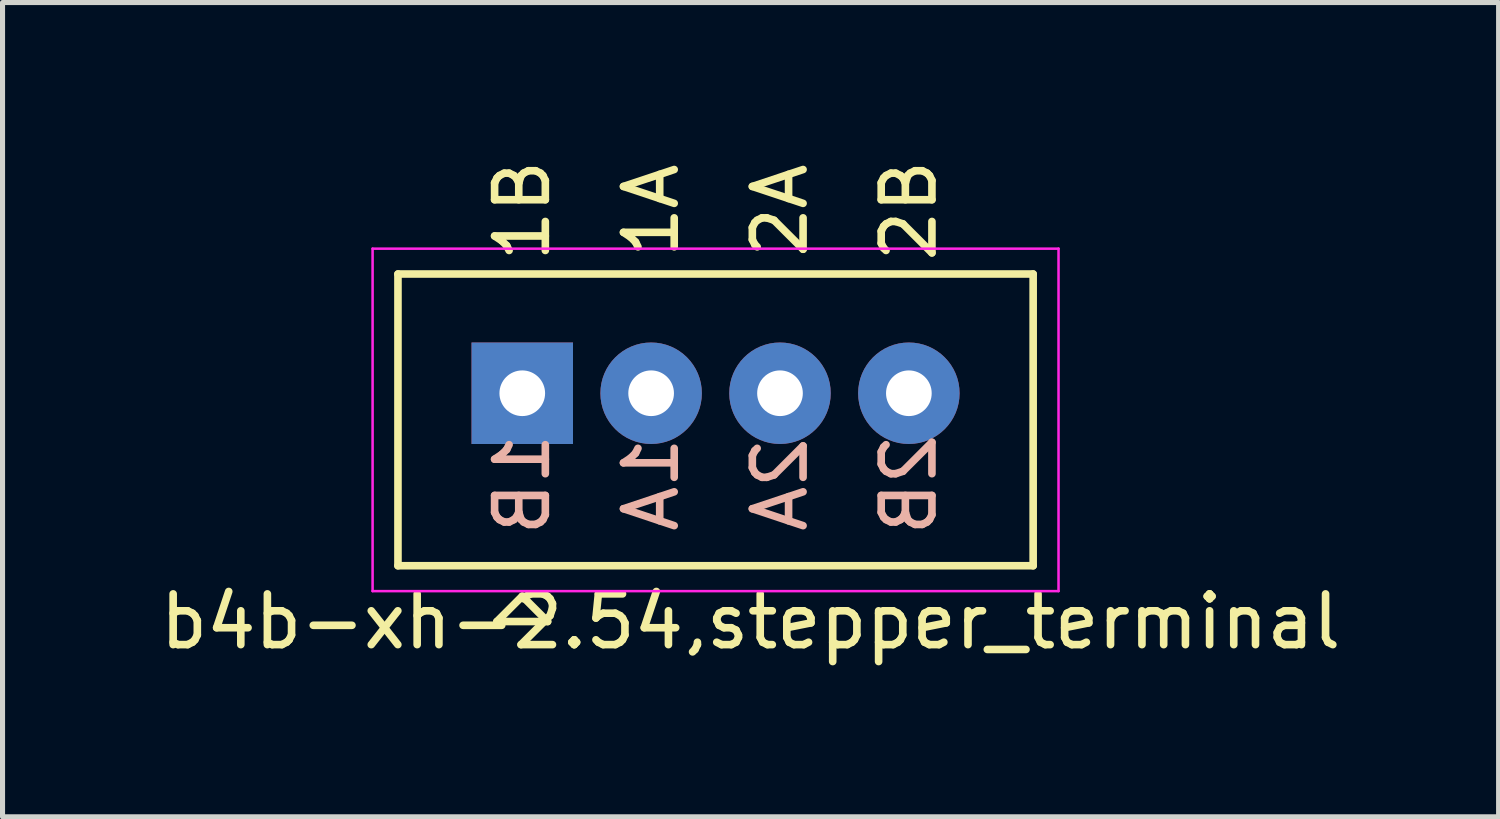
<source format=kicad_pcb>
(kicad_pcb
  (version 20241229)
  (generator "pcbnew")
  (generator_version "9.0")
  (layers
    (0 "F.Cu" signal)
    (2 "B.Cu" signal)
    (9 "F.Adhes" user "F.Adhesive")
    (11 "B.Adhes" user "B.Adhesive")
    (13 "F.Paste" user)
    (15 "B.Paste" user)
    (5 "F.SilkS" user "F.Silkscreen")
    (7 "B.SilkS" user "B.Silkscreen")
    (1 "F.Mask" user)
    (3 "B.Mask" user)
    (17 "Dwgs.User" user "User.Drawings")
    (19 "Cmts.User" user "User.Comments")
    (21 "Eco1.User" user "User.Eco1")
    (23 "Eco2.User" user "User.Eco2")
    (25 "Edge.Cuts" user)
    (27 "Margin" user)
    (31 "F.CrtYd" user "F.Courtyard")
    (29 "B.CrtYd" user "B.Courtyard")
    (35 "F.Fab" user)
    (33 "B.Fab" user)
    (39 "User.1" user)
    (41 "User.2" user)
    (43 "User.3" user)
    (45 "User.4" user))
  (footprint "b4b-xh-2.54,stepper_terminal"
    (layer "F.Cu")
    (at 7.244 4.701)
    (property "Reference" "b4b-xh-2.54,stepper_terminal" (at 4.5 4.5 0) (layer "F.SilkS") (effects (font (size 1 1) (thickness 0.15))))
    (attr through_hole)
    (fp_line (start -2.45 -2.35) (end -2.45 3.4) (stroke (width 0.15) (type solid)) (layer "F.SilkS"))
    (fp_line (start -2.45 -2.35) (end 10.07 -2.35) (stroke (width 0.15) (type solid)) (layer "F.SilkS"))
    (fp_line (start -2.45 3.4) (end 10.07 3.4) (stroke (width 0.15) (type solid)) (layer "F.SilkS"))
    (fp_line (start -0.5 4.5) (end 0.5 4.5) (stroke (width 0.15) (type solid)) (layer "F.SilkS"))
    (fp_line (start 0 4) (end -0.5 4.5) (stroke (width 0.15) (type solid)) (layer "F.SilkS"))
    (fp_line (start 0 4) (end 0.5 4.5) (stroke (width 0.15) (type solid)) (layer "F.SilkS"))
    (fp_line (start 10.07 -2.35) (end 10.07 3.4) (stroke (width 0.15) (type solid)) (layer "F.SilkS"))
    (fp_line (start -2.95 -2.85) (end -2.95 3.9) (stroke (width 0.05) (type solid)) (layer "F.CrtYd"))
    (fp_line (start -2.95 -2.85) (end 10.57 -2.85) (stroke (width 0.05) (type solid)) (layer "F.CrtYd"))
    (fp_line (start -2.95 3.9) (end 10.57 3.9) (stroke (width 0.05) (type solid)) (layer "F.CrtYd"))
    (fp_line (start 10.57 -2.85) (end 10.57 3.9) (stroke (width 0.05) (type solid)) (layer "F.CrtYd"))
    (fp_text user "1A" (at 2.54 -3.6 90) (layer "F.SilkS") (effects (font (size 1 1) (thickness 0.15))))
    (fp_text user "1B" (at 0 -3.6 90) (layer "F.SilkS") (effects (font (size 1 1) (thickness 0.15))))
    (fp_text user "2B" (at 7.62 -3.6 90) (layer "F.SilkS") (effects (font (size 1 1) (thickness 0.15))))
    (fp_text user "2A" (at 5.08 -3.6 90) (layer "F.SilkS") (effects (font (size 1 1) (thickness 0.15))))
    (fp_text user "2A" (at 5.08 1.8 90) (layer "B.SilkS") (effects (font (size 1 1) (thickness 0.15)) (justify mirror)))
    (fp_text user "1A" (at 2.54 1.8 90) (layer "B.SilkS") (effects (font (size 1 1) (thickness 0.15)) (justify mirror)))
    (fp_text user "1B" (at 0 1.8 90) (layer "B.SilkS") (effects (font (size 1 1) (thickness 0.15)) (justify mirror)))
    (fp_text user "2B" (at 7.62 1.8 90) (layer "B.SilkS") (effects (font (size 1 1) (thickness 0.15)) (justify mirror)))
    (pad "1" thru_hole rect (at 0 0) (size 2 2) (drill 0.9) (layers "*.Cu" "*.Mask"))
    (pad "2" thru_hole circle (at 2.54 0) (size 2 2) (drill 0.9) (layers "*.Cu" "*.Mask"))
    (pad "3" thru_hole circle (at 5.08 0) (size 2 2) (drill 0.9) (layers "*.Cu" "*.Mask"))
    (pad "4" thru_hole circle (at 7.62 0) (size 2 2) (drill 0.9) (layers "*.Cu" "*.Mask")))
  (gr_rect
    (start -3 -3)
    (end 26.488 13.049)
    (stroke (width 0.1) (type default))
    (fill no)
    (layer "Edge.Cuts")))
</source>
